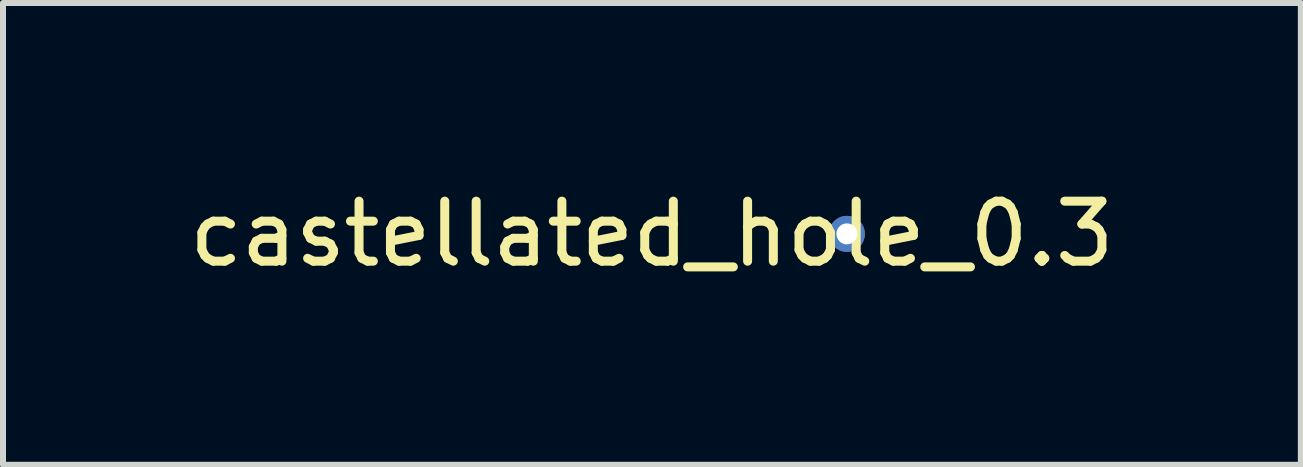
<source format=kicad_pcb>
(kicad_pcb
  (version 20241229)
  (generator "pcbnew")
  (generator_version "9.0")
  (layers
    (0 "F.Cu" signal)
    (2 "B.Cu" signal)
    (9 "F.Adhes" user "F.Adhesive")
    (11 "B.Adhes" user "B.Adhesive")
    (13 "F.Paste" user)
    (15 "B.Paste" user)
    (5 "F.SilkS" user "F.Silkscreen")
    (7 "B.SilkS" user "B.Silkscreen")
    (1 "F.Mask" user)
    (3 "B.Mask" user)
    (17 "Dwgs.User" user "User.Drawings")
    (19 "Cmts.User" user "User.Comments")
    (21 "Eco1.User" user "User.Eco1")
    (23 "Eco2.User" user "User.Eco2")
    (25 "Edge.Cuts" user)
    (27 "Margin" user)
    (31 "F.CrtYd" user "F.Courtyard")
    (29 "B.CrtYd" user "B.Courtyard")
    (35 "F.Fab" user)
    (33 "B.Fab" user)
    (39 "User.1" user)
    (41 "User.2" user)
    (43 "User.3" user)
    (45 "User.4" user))
  (footprint "castellated_hole_0.3"
    (layer "F.Cu")
    (at 11.065 0.848)
    (property "Reference" "castellated_hole_0.3" (at -3.25 0 0) (layer "F.SilkS") (effects (font (size 1 1) (thickness 0.15))))
    (attr through_hole)
    (pad "1" thru_hole circle (at 0 0) (size 0.6 0.6) (drill 0.35) (layers "*.Cu" "*.Mask")))
  (gr_rect
    (start -3 -3)
    (end 18.631 4.697)
    (stroke (width 0.1) (type default))
    (fill no)
    (layer "Edge.Cuts")))
</source>
